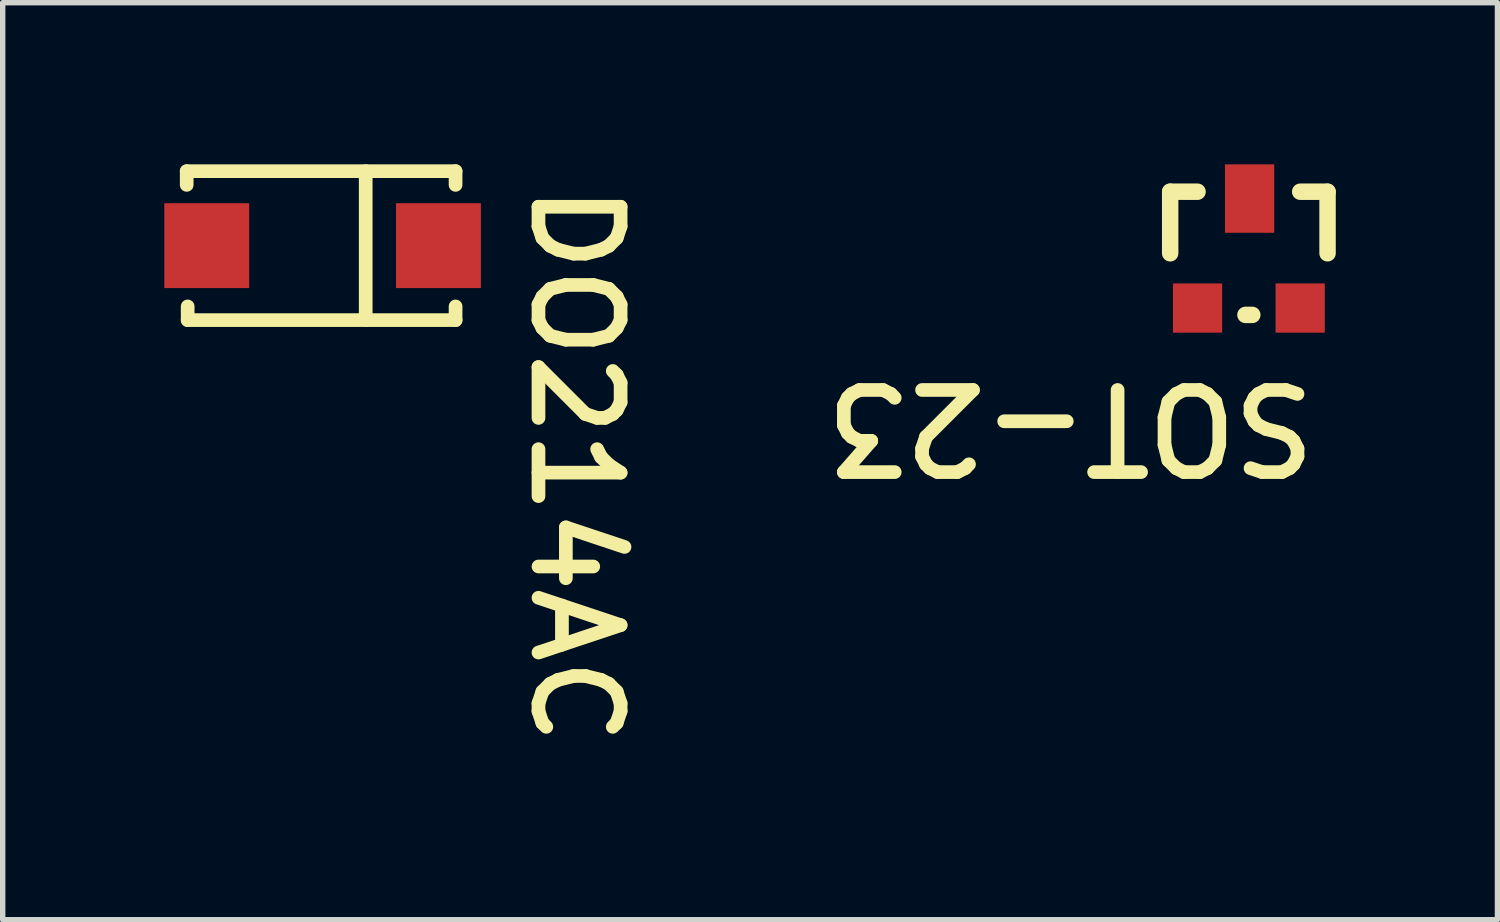
<source format=kicad_pcb>
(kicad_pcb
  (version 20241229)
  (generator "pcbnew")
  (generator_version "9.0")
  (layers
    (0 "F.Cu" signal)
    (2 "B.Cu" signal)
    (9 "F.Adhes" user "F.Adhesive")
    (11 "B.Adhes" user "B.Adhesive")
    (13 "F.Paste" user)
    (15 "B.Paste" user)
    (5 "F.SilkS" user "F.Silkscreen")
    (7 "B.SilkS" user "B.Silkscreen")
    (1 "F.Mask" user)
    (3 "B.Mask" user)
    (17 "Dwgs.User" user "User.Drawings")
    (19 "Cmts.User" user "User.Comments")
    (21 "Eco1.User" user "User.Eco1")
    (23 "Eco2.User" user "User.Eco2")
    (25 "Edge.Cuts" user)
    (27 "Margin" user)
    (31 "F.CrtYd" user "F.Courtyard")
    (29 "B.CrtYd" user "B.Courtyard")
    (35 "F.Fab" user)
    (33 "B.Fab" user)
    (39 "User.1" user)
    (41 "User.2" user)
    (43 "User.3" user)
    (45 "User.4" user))
  (footprint "DO214AC"
    (layer "F.Cu")
    (at 0.788 1.514)
    (property "Reference" "DO214AC" (at 5.956 -1.257 270) (unlocked yes) (layer "F.SilkS") (effects (font (size 1.524 1.524) (thickness 0.254)) (justify left bottom)))
    (fp_line (start -0.373 -1.387) (end -0.373 -1.133) (stroke (width 0.254) (type solid)) (layer "F.SilkS"))
    (fp_line (start -0.373 -1.387) (end 4.617 -1.387) (stroke (width 0.254) (type solid)) (layer "F.SilkS"))
    (fp_line (start -0.355 1.123) (end -0.355 1.377) (stroke (width 0.254) (type solid)) (layer "F.SilkS"))
    (fp_line (start -0.355 1.377) (end 4.617 1.377) (stroke (width 0.254) (type solid)) (layer "F.SilkS"))
    (fp_line (start 2.949 -1.387) (end 2.949 1.377) (stroke (width 0.254) (type solid)) (layer "F.SilkS"))
    (fp_line (start 4.617 -1.387) (end 4.617 -1.133) (stroke (width 0.254) (type solid)) (layer "F.SilkS"))
    (fp_line (start 4.617 1.123) (end 4.617 1.377) (stroke (width 0.254) (type solid)) (layer "F.SilkS"))
    (pad "1" smd rect (at -0.001 -0.005 180) (size 1.575 1.575) (layers "F.Cu" "F.Mask" "F.Paste"))
    (pad "2" smd rect (at 4.299 -0.005 180) (size 1.575 1.575) (layers "F.Cu" "F.Mask" "F.Paste")))
  (footprint "SOT-23"
    (layer "F.Cu")
    (at 19.176 2.657)
    (property "Reference" "SOT-23" (at 2.311 1.331 180) (unlocked yes) (layer "F.SilkS") (effects (font (size 1.524 1.524) (thickness 0.254)) (justify left bottom)))
    (fp_line (start -0.509 -2.149) (end -0.509 -1.006) (stroke (width 0.305) (type solid)) (layer "F.SilkS"))
    (fp_line (start -0.001 -2.149) (end -0.509 -2.149) (stroke (width 0.305) (type solid)) (layer "F.SilkS"))
    (fp_line (start 1.015 0.137) (end 0.888 0.137) (stroke (width 0.305) (type solid)) (layer "F.SilkS"))
    (fp_line (start 2.412 -2.149) (end 1.904 -2.149) (stroke (width 0.305) (type solid)) (layer "F.SilkS"))
    (fp_line (start 2.412 -2.149) (end 2.412 -1.006) (stroke (width 0.305) (type solid)) (layer "F.SilkS"))
    (pad "1" smd rect (at -0.001 0.01) (size 0.914 0.914) (layers "F.Cu" "F.Mask" "F.Paste"))
    (pad "2" smd rect (at 1.904 0.01) (size 0.914 0.914) (layers "F.Cu" "F.Mask" "F.Paste"))
    (pad "3" smd rect (at 0.965 -2.022) (size 0.914 1.27) (layers "F.Cu" "F.Mask" "F.Paste")))
  (gr_rect
    (start -3 -3)
    (end 24.741 14.019)
    (stroke (width 0.1) (type default))
    (fill no)
    (layer "Edge.Cuts")))
</source>
